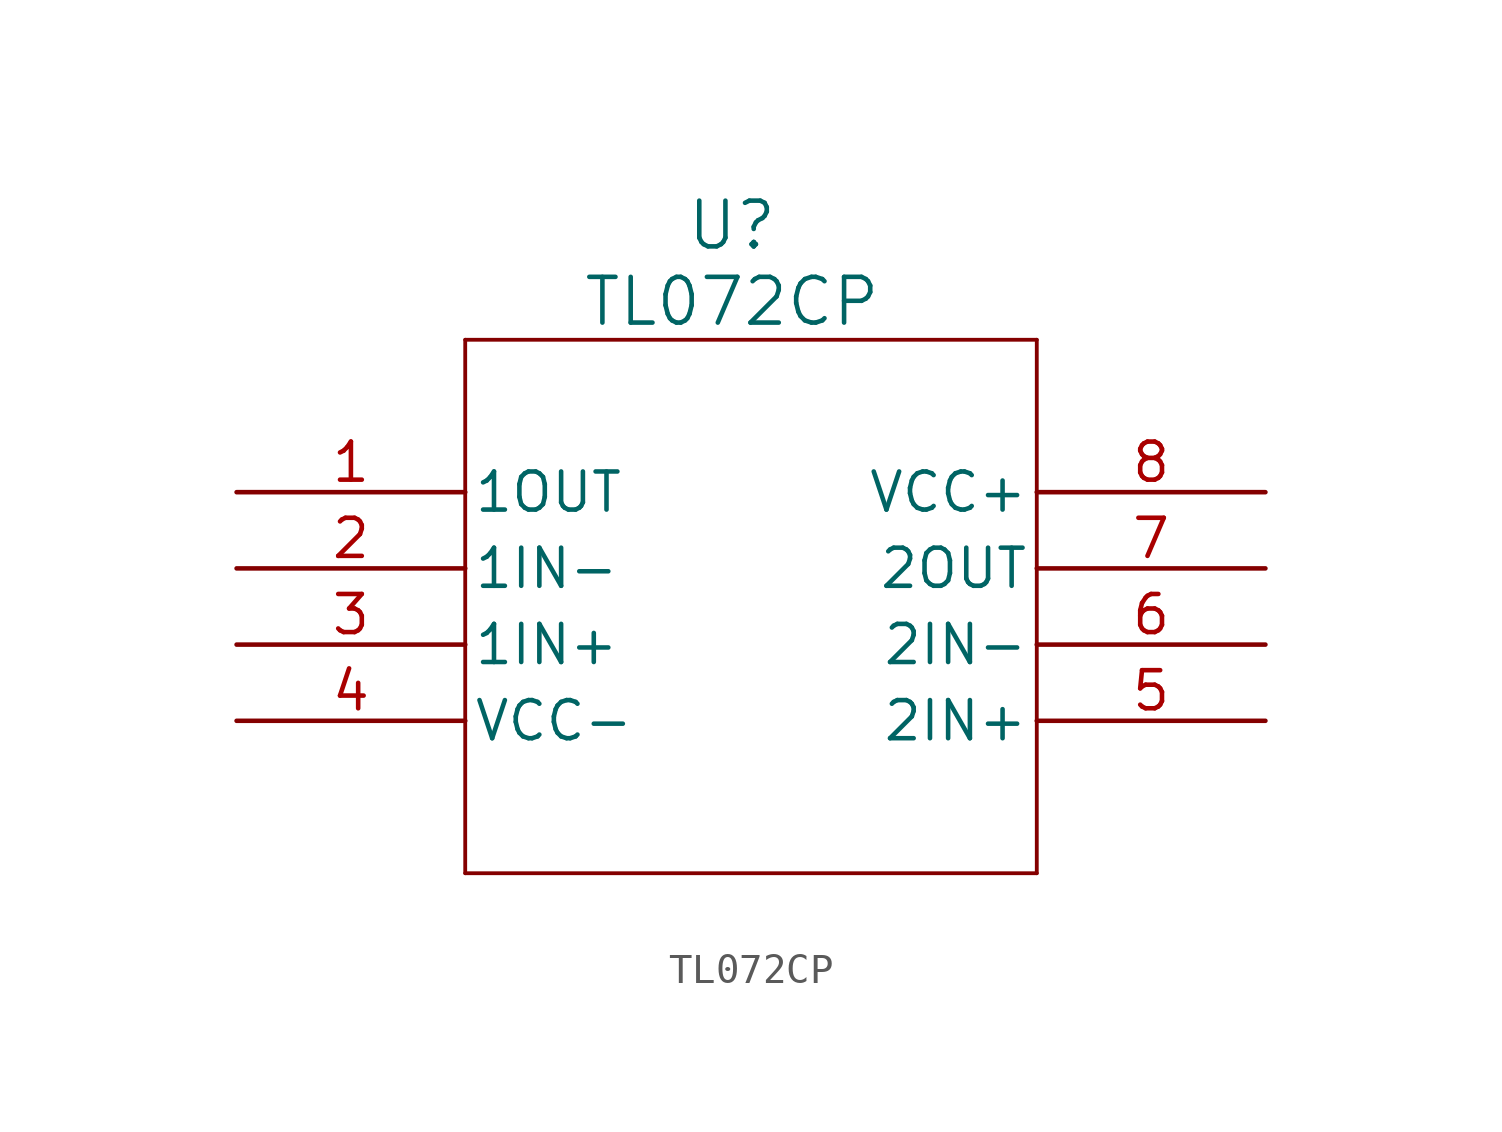
<source format=kicad_sym>
(kicad_symbol_lib
  (version 20220914)
  (generator kicad_symbol_editor)
  (symbol "TL072CP"
    (pin_names
      (offset 0.254))
    (property "Reference" "U"
      (at 43.18 8.89 0)
      (effects (font (size 1.524 1.524))))
    (property "Value" "TL072CP"
      (at 43.18 6.35 0)
      (effects (font (size 1.524 1.524))))
    (property "ki_locked" ""
      (at 0 0 0)
      (effects (font (size 1.27 1.27))))
    (symbol "TL072CP_0_1"
      (polyline (pts (xy 34.29 5.08) (xy 34.29 -12.7)) (stroke (width 0.127) (type default)) (fill (type none)))
      (polyline (pts (xy 53.34 -12.7) (xy 34.29 -12.7)) (stroke (width 0.127) (type default)) (fill (type none)))
      (polyline (pts (xy 53.34 -12.7) (xy 53.34 5.08)) (stroke (width 0.127) (type default)) (fill (type none)))
      (polyline (pts (xy 53.34 5.08) (xy 34.29 5.08)) (stroke (width 0.127) (type default)) (fill (type none)))
      (pin output line (at 26.67 0 0) (length 7.62) (name "1OUT" (effects (font (size 1.27 1.27)))) (number "1" (effects (font (size 1.27 1.27)))))
      (pin input line (at 26.67 -2.54 0) (length 7.62) (name "1IN-" (effects (font (size 1.27 1.27)))) (number "2" (effects (font (size 1.27 1.27)))))
      (pin input line (at 26.67 -5.08 0) (length 7.62) (name "1IN+" (effects (font (size 1.27 1.27)))) (number "3" (effects (font (size 1.27 1.27)))))
      (pin power_in line (at 26.67 -7.62 0) (length 7.62) (name "VCC-" (effects (font (size 1.27 1.27)))) (number "4" (effects (font (size 1.27 1.27)))))
      (pin input line (at 60.96 -7.62 180) (length 7.62) (name "2IN+" (effects (font (size 1.27 1.27)))) (number "5" (effects (font (size 1.27 1.27)))))
      (pin input line (at 60.96 -5.08 180) (length 7.62) (name "2IN-" (effects (font (size 1.27 1.27)))) (number "6" (effects (font (size 1.27 1.27)))))
      (pin output line (at 60.96 -2.54 180) (length 7.62) (name "2OUT" (effects (font (size 1.27 1.27)))) (number "7" (effects (font (size 1.27 1.27)))))
      (pin power_in line (at 60.96 0 180) (length 7.62) (name "VCC+" (effects (font (size 1.27 1.27)))) (number "8" (effects (font (size 1.27 1.27))))))))
</source>
